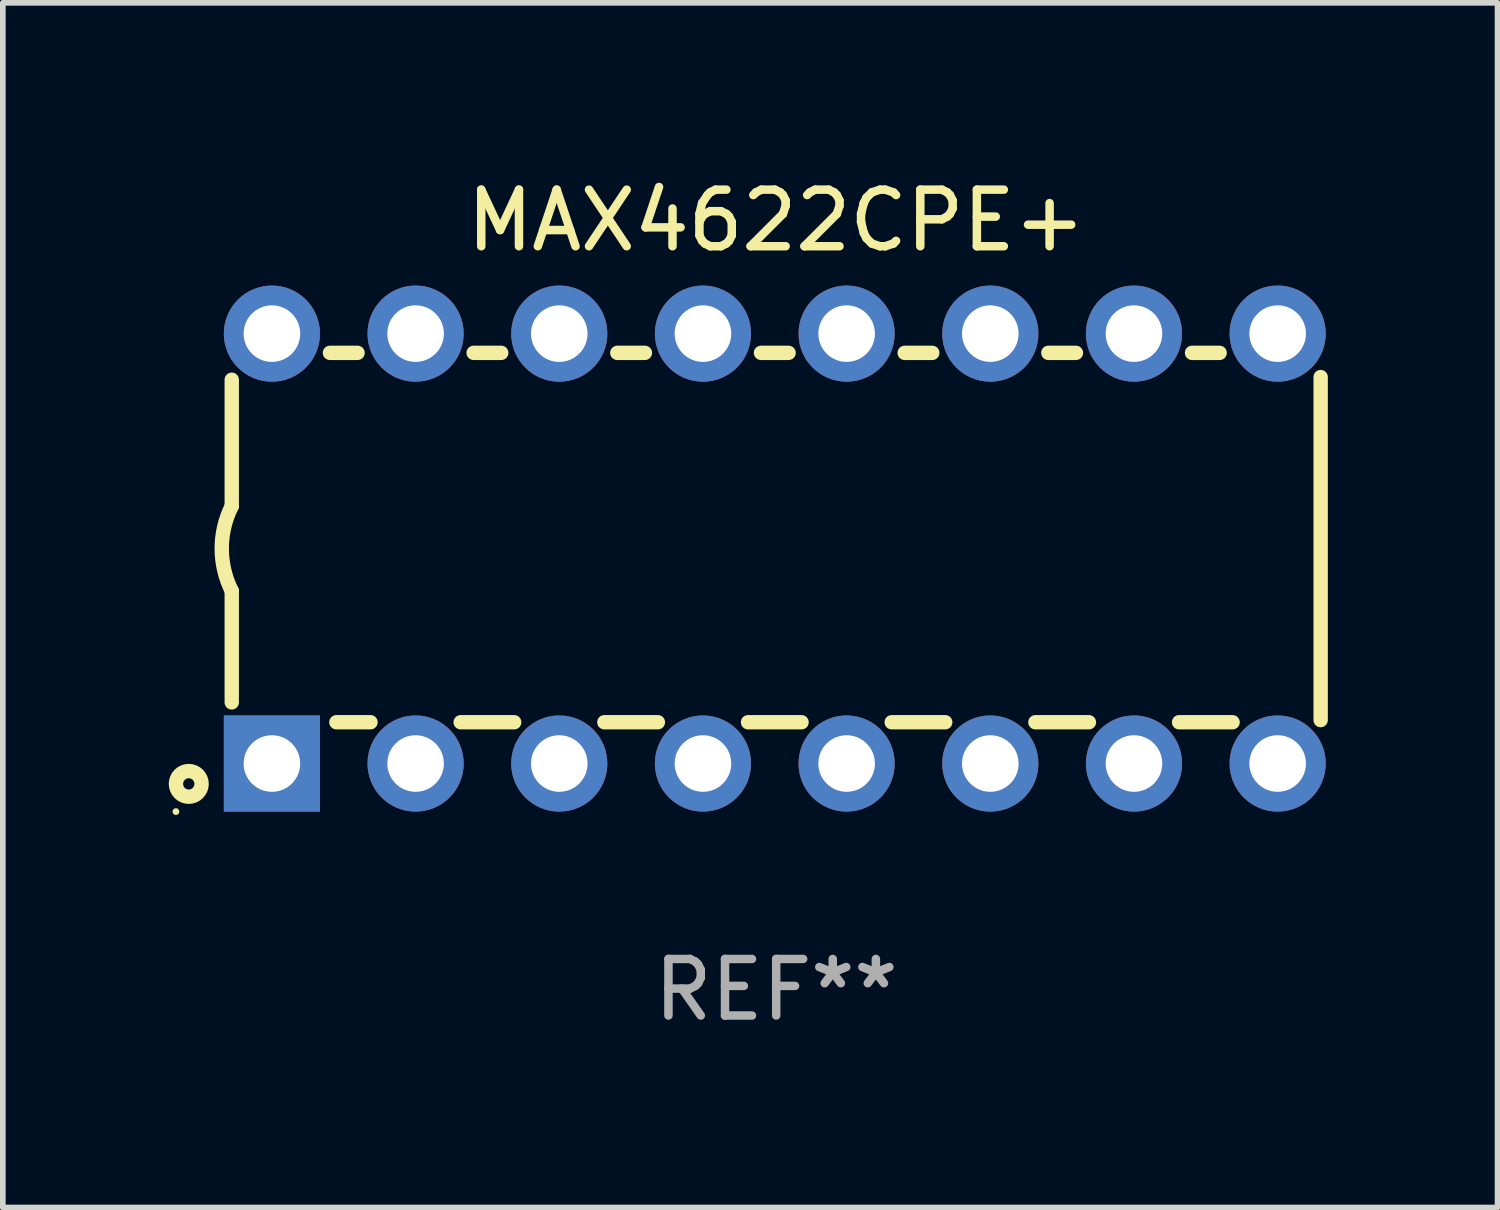
<source format=kicad_pcb>
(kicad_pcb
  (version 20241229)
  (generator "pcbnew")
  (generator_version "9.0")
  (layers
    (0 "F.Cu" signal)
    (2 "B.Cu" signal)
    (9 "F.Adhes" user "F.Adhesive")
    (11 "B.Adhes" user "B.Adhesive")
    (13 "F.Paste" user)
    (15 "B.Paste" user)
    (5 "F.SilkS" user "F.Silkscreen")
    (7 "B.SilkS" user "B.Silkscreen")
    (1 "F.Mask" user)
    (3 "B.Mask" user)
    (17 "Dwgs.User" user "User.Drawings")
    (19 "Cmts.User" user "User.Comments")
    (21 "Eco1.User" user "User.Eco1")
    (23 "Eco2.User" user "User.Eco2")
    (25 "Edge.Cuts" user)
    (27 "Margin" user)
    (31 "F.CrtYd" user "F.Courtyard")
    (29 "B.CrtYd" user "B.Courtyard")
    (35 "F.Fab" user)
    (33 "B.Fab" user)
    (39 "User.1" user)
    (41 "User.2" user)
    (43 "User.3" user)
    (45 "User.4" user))
  (footprint "MAX4622CPE+"
    (layer "F.Cu")
    (at 10.672 6.648)
    (property "Reference" "MAX4622CPE+" (at 0 -5.8 0) (layer "F.SilkS") (effects (font (size 1 1) (thickness 0.15))))
    (attr through_hole)
    (fp_line (start -9.625 -0.75) (end -9.625 -2.985) (stroke (width 0.254) (type solid)) (layer "F.SilkS"))
    (fp_line (start -9.625 0.749) (end -9.625 2.719) (stroke (width 0.254) (type solid)) (layer "F.SilkS"))
    (fp_line (start -7.889 -3.46) (end -7.401 -3.46) (stroke (width 0.254) (type solid)) (layer "F.SilkS"))
    (fp_line (start -7.775 3.07) (end -7.172 3.07) (stroke (width 0.254) (type solid)) (layer "F.SilkS"))
    (fp_line (start -5.578 3.07) (end -4.632 3.07) (stroke (width 0.254) (type solid)) (layer "F.SilkS"))
    (fp_line (start -5.349 -3.46) (end -4.861 -3.46) (stroke (width 0.254) (type solid)) (layer "F.SilkS"))
    (fp_line (start -3.038 3.07) (end -2.092 3.07) (stroke (width 0.254) (type solid)) (layer "F.SilkS"))
    (fp_line (start -2.809 -3.46) (end -2.321 -3.46) (stroke (width 0.254) (type solid)) (layer "F.SilkS"))
    (fp_line (start -0.498 3.07) (end 0.448 3.07) (stroke (width 0.254) (type solid)) (layer "F.SilkS"))
    (fp_line (start -0.269 -3.46) (end 0.219 -3.46) (stroke (width 0.254) (type solid)) (layer "F.SilkS"))
    (fp_line (start 2.042 3.07) (end 2.988 3.07) (stroke (width 0.254) (type solid)) (layer "F.SilkS"))
    (fp_line (start 2.271 -3.46) (end 2.759 -3.46) (stroke (width 0.254) (type solid)) (layer "F.SilkS"))
    (fp_line (start 4.582 3.07) (end 5.528 3.07) (stroke (width 0.254) (type solid)) (layer "F.SilkS"))
    (fp_line (start 4.811 -3.46) (end 5.299 -3.46) (stroke (width 0.254) (type solid)) (layer "F.SilkS"))
    (fp_line (start 7.122 3.07) (end 8.068 3.07) (stroke (width 0.254) (type solid)) (layer "F.SilkS"))
    (fp_line (start 7.351 -3.46) (end 7.839 -3.46) (stroke (width 0.254) (type solid)) (layer "F.SilkS"))
    (fp_line (start 9.625 3.032) (end 9.625 -3.032) (stroke (width 0.254) (type solid)) (layer "F.SilkS"))
    (fp_arc (start -9.62498 0.748819) (mid -9.801899 -0.000581) (end -9.625006 -0.749987) (stroke (width 0.254001) (type solid)) (layer "F.SilkS"))
    (fp_circle (center -10.612 4.65) (end -10.582 4.65) (stroke (width 0.06) (type solid)) (fill no) (layer "F.SilkS"))
    (fp_circle (center -10.385 4.16) (end -10.285 4.16) (stroke (width 0.254) (type solid)) (fill no) (layer "F.SilkS"))
    (fp_text user "REF**" (at 0 7.8 0) (layer "F.Fab") (effects (font (size 1 1) (thickness 0.15))))
    (pad "1" thru_hole rect (at -8.915 3.8 90) (size 1.7 1.7) (drill 1) (layers "*.Cu" "*.Mask"))
    (pad "2" thru_hole circle (at -6.375 3.8) (size 1.7 1.7) (drill 1) (layers "*.Cu" "*.Mask"))
    (pad "3" thru_hole circle (at -3.835 3.8) (size 1.7 1.7) (drill 1) (layers "*.Cu" "*.Mask"))
    (pad "4" thru_hole circle (at -1.295 3.8) (size 1.7 1.7) (drill 1) (layers "*.Cu" "*.Mask"))
    (pad "5" thru_hole circle (at 1.245 3.8) (size 1.7 1.7) (drill 1) (layers "*.Cu" "*.Mask"))
    (pad "6" thru_hole circle (at 3.785 3.8) (size 1.7 1.7) (drill 1) (layers "*.Cu" "*.Mask"))
    (pad "7" thru_hole circle (at 6.325 3.8) (size 1.7 1.7) (drill 1) (layers "*.Cu" "*.Mask"))
    (pad "8" thru_hole circle (at 8.865 3.8) (size 1.7 1.7) (drill 1) (layers "*.Cu" "*.Mask"))
    (pad "9" thru_hole circle (at 8.865 -3.8) (size 1.7 1.7) (drill 1) (layers "*.Cu" "*.Mask"))
    (pad "10" thru_hole circle (at 6.325 -3.8) (size 1.7 1.7) (drill 1) (layers "*.Cu" "*.Mask"))
    (pad "11" thru_hole circle (at 3.785 -3.8) (size 1.7 1.7) (drill 1) (layers "*.Cu" "*.Mask"))
    (pad "12" thru_hole circle (at 1.245 -3.8) (size 1.7 1.7) (drill 1) (layers "*.Cu" "*.Mask"))
    (pad "13" thru_hole circle (at -1.295 -3.8) (size 1.7 1.7) (drill 1) (layers "*.Cu" "*.Mask"))
    (pad "14" thru_hole circle (at -3.835 -3.8) (size 1.7 1.7) (drill 1) (layers "*.Cu" "*.Mask"))
    (pad "15" thru_hole circle (at -6.375 -3.8) (size 1.7 1.7) (drill 1) (layers "*.Cu" "*.Mask"))
    (pad "16" thru_hole circle (at -8.915 -3.8) (size 1.7 1.7) (drill 1) (layers "*.Cu" "*.Mask")))
  (gr_rect
    (start -3 -3)
    (end 23.424 18.297)
    (stroke (width 0.1) (type default))
    (fill no)
    (layer "Edge.Cuts")))
</source>
